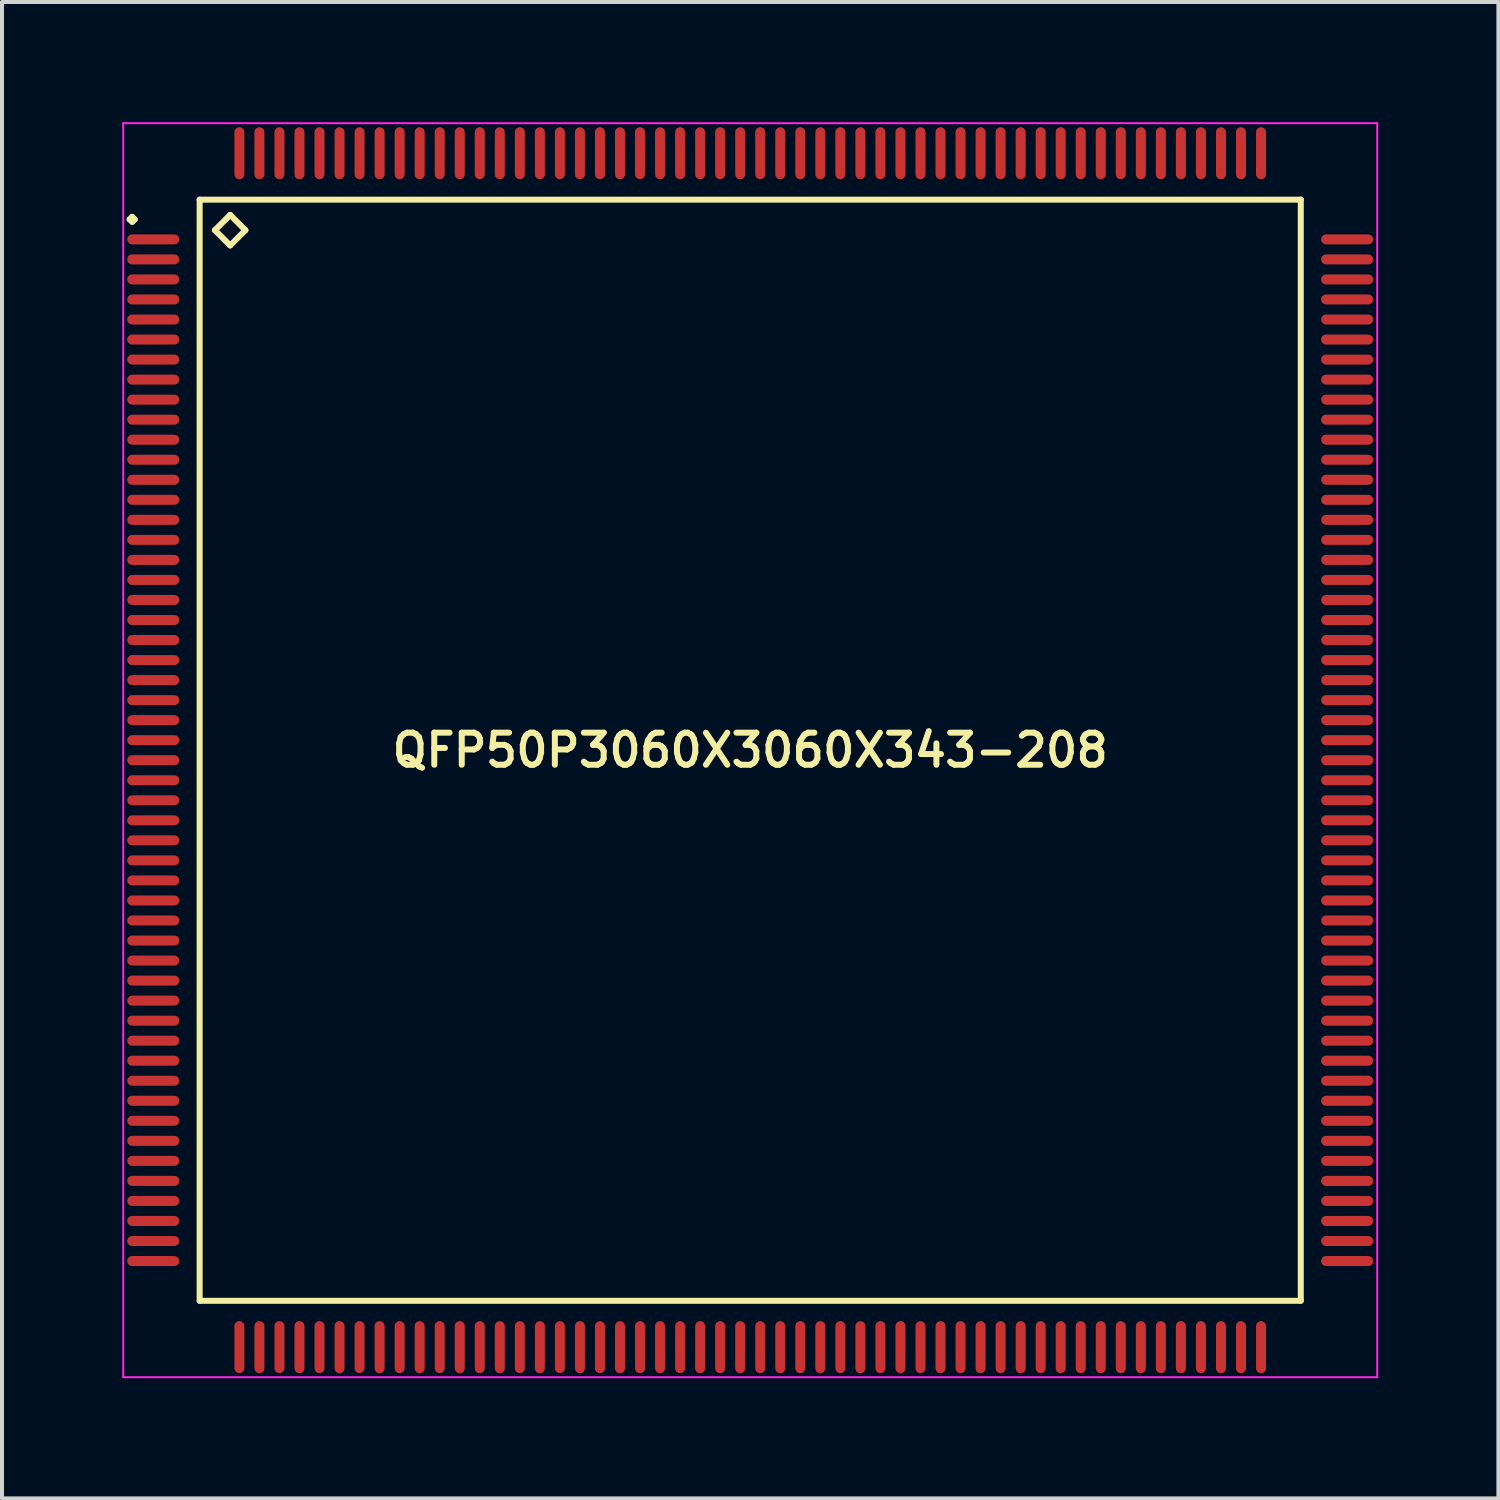
<source format=kicad_pcb>
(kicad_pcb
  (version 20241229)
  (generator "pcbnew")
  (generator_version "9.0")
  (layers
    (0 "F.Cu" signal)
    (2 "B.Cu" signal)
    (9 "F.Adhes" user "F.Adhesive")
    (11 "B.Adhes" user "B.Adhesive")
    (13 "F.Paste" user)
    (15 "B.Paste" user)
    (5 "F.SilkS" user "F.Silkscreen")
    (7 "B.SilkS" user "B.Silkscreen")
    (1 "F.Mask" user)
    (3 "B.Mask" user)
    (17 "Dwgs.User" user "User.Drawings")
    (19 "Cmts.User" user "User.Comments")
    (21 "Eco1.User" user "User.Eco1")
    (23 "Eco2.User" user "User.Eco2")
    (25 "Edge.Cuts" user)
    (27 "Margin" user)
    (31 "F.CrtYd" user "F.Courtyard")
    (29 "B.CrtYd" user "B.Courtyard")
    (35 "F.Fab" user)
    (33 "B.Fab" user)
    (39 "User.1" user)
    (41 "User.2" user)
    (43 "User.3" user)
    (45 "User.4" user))
  (footprint "QFP50P3060X3060X343-208"
    (layer "F.Cu")
    (at 15.675 15.675)
    (property "Reference" "QFP50P3060X3060X343-208" (at 0 0 0) (layer "F.SilkS") (effects (font (size 0.8 0.8) (thickness 0.15))))
    (attr smd)
    (fp_line (start -15.488 -13.25) (end -15.425 -13.312) (stroke (width 0.15) (type solid)) (layer "F.SilkS"))
    (fp_line (start -15.425 -13.312) (end -15.363 -13.25) (stroke (width 0.15) (type solid)) (layer "F.SilkS"))
    (fp_line (start -15.425 -13.188) (end -15.488 -13.25) (stroke (width 0.15) (type solid)) (layer "F.SilkS"))
    (fp_line (start -15.363 -13.25) (end -15.425 -13.188) (stroke (width 0.15) (type solid)) (layer "F.SilkS"))
    (fp_line (start -13.742 -13.742) (end -13.742 13.742) (stroke (width 0.15) (type solid)) (layer "F.SilkS"))
    (fp_line (start -13.742 13.742) (end 13.742 13.742) (stroke (width 0.15) (type solid)) (layer "F.SilkS"))
    (fp_line (start -13.361 -12.98) (end -12.98 -13.361) (stroke (width 0.15) (type solid)) (layer "F.SilkS"))
    (fp_line (start -12.98 -13.361) (end -12.599 -12.98) (stroke (width 0.15) (type solid)) (layer "F.SilkS"))
    (fp_line (start -12.98 -12.599) (end -13.361 -12.98) (stroke (width 0.15) (type solid)) (layer "F.SilkS"))
    (fp_line (start -12.599 -12.98) (end -12.98 -12.599) (stroke (width 0.15) (type solid)) (layer "F.SilkS"))
    (fp_line (start 13.742 -13.742) (end -13.742 -13.742) (stroke (width 0.15) (type solid)) (layer "F.SilkS"))
    (fp_line (start 13.742 13.742) (end 13.742 -13.742) (stroke (width 0.15) (type solid)) (layer "F.SilkS"))
    (fp_line (start -15.65 -15.65) (end 15.65 -15.65) (stroke (width 0.05) (type solid)) (layer "F.CrtYd"))
    (fp_line (start -15.65 15.65) (end -15.65 -15.65) (stroke (width 0.05) (type solid)) (layer "F.CrtYd"))
    (fp_line (start 15.65 -15.65) (end 15.65 15.65) (stroke (width 0.05) (type solid)) (layer "F.CrtYd"))
    (fp_line (start 15.65 15.65) (end -15.65 15.65) (stroke (width 0.05) (type solid)) (layer "F.CrtYd"))
    (pad "1" smd oval (at -14.9 -12.75) (size 1.3 0.25) (layers "F.Cu" "F.Mask" "F.Paste"))
    (pad "2" smd oval (at -14.9 -12.25) (size 1.3 0.25) (layers "F.Cu" "F.Mask" "F.Paste"))
    (pad "3" smd oval (at -14.9 -11.75) (size 1.3 0.25) (layers "F.Cu" "F.Mask" "F.Paste"))
    (pad "4" smd oval (at -14.9 -11.25) (size 1.3 0.25) (layers "F.Cu" "F.Mask" "F.Paste"))
    (pad "5" smd oval (at -14.9 -10.75) (size 1.3 0.25) (layers "F.Cu" "F.Mask" "F.Paste"))
    (pad "6" smd oval (at -14.9 -10.25) (size 1.3 0.25) (layers "F.Cu" "F.Mask" "F.Paste"))
    (pad "7" smd oval (at -14.9 -9.75) (size 1.3 0.25) (layers "F.Cu" "F.Mask" "F.Paste"))
    (pad "8" smd oval (at -14.9 -9.25) (size 1.3 0.25) (layers "F.Cu" "F.Mask" "F.Paste"))
    (pad "9" smd oval (at -14.9 -8.75) (size 1.3 0.25) (layers "F.Cu" "F.Mask" "F.Paste"))
    (pad "10" smd oval (at -14.9 -8.25) (size 1.3 0.25) (layers "F.Cu" "F.Mask" "F.Paste"))
    (pad "11" smd oval (at -14.9 -7.75) (size 1.3 0.25) (layers "F.Cu" "F.Mask" "F.Paste"))
    (pad "12" smd oval (at -14.9 -7.25) (size 1.3 0.25) (layers "F.Cu" "F.Mask" "F.Paste"))
    (pad "13" smd oval (at -14.9 -6.75) (size 1.3 0.25) (layers "F.Cu" "F.Mask" "F.Paste"))
    (pad "14" smd oval (at -14.9 -6.25) (size 1.3 0.25) (layers "F.Cu" "F.Mask" "F.Paste"))
    (pad "15" smd oval (at -14.9 -5.75) (size 1.3 0.25) (layers "F.Cu" "F.Mask" "F.Paste"))
    (pad "16" smd oval (at -14.9 -5.25) (size 1.3 0.25) (layers "F.Cu" "F.Mask" "F.Paste"))
    (pad "17" smd oval (at -14.9 -4.75) (size 1.3 0.25) (layers "F.Cu" "F.Mask" "F.Paste"))
    (pad "18" smd oval (at -14.9 -4.25) (size 1.3 0.25) (layers "F.Cu" "F.Mask" "F.Paste"))
    (pad "19" smd oval (at -14.9 -3.75) (size 1.3 0.25) (layers "F.Cu" "F.Mask" "F.Paste"))
    (pad "20" smd oval (at -14.9 -3.25) (size 1.3 0.25) (layers "F.Cu" "F.Mask" "F.Paste"))
    (pad "21" smd oval (at -14.9 -2.75) (size 1.3 0.25) (layers "F.Cu" "F.Mask" "F.Paste"))
    (pad "22" smd oval (at -14.9 -2.25) (size 1.3 0.25) (layers "F.Cu" "F.Mask" "F.Paste"))
    (pad "23" smd oval (at -14.9 -1.75) (size 1.3 0.25) (layers "F.Cu" "F.Mask" "F.Paste"))
    (pad "24" smd oval (at -14.9 -1.25) (size 1.3 0.25) (layers "F.Cu" "F.Mask" "F.Paste"))
    (pad "25" smd oval (at -14.9 -0.75) (size 1.3 0.25) (layers "F.Cu" "F.Mask" "F.Paste"))
    (pad "26" smd oval (at -14.9 -0.25) (size 1.3 0.25) (layers "F.Cu" "F.Mask" "F.Paste"))
    (pad "27" smd oval (at -14.9 0.25) (size 1.3 0.25) (layers "F.Cu" "F.Mask" "F.Paste"))
    (pad "28" smd oval (at -14.9 0.75) (size 1.3 0.25) (layers "F.Cu" "F.Mask" "F.Paste"))
    (pad "29" smd oval (at -14.9 1.25) (size 1.3 0.25) (layers "F.Cu" "F.Mask" "F.Paste"))
    (pad "30" smd oval (at -14.9 1.75) (size 1.3 0.25) (layers "F.Cu" "F.Mask" "F.Paste"))
    (pad "31" smd oval (at -14.9 2.25) (size 1.3 0.25) (layers "F.Cu" "F.Mask" "F.Paste"))
    (pad "32" smd oval (at -14.9 2.75) (size 1.3 0.25) (layers "F.Cu" "F.Mask" "F.Paste"))
    (pad "33" smd oval (at -14.9 3.25) (size 1.3 0.25) (layers "F.Cu" "F.Mask" "F.Paste"))
    (pad "34" smd oval (at -14.9 3.75) (size 1.3 0.25) (layers "F.Cu" "F.Mask" "F.Paste"))
    (pad "35" smd oval (at -14.9 4.25) (size 1.3 0.25) (layers "F.Cu" "F.Mask" "F.Paste"))
    (pad "36" smd oval (at -14.9 4.75) (size 1.3 0.25) (layers "F.Cu" "F.Mask" "F.Paste"))
    (pad "37" smd oval (at -14.9 5.25) (size 1.3 0.25) (layers "F.Cu" "F.Mask" "F.Paste"))
    (pad "38" smd oval (at -14.9 5.75) (size 1.3 0.25) (layers "F.Cu" "F.Mask" "F.Paste"))
    (pad "39" smd oval (at -14.9 6.25) (size 1.3 0.25) (layers "F.Cu" "F.Mask" "F.Paste"))
    (pad "40" smd oval (at -14.9 6.75) (size 1.3 0.25) (layers "F.Cu" "F.Mask" "F.Paste"))
    (pad "41" smd oval (at -14.9 7.25) (size 1.3 0.25) (layers "F.Cu" "F.Mask" "F.Paste"))
    (pad "42" smd oval (at -14.9 7.75) (size 1.3 0.25) (layers "F.Cu" "F.Mask" "F.Paste"))
    (pad "43" smd oval (at -14.9 8.25) (size 1.3 0.25) (layers "F.Cu" "F.Mask" "F.Paste"))
    (pad "44" smd oval (at -14.9 8.75) (size 1.3 0.25) (layers "F.Cu" "F.Mask" "F.Paste"))
    (pad "45" smd oval (at -14.9 9.25) (size 1.3 0.25) (layers "F.Cu" "F.Mask" "F.Paste"))
    (pad "46" smd oval (at -14.9 9.75) (size 1.3 0.25) (layers "F.Cu" "F.Mask" "F.Paste"))
    (pad "47" smd oval (at -14.9 10.25) (size 1.3 0.25) (layers "F.Cu" "F.Mask" "F.Paste"))
    (pad "48" smd oval (at -14.9 10.75) (size 1.3 0.25) (layers "F.Cu" "F.Mask" "F.Paste"))
    (pad "49" smd oval (at -14.9 11.25) (size 1.3 0.25) (layers "F.Cu" "F.Mask" "F.Paste"))
    (pad "50" smd oval (at -14.9 11.75) (size 1.3 0.25) (layers "F.Cu" "F.Mask" "F.Paste"))
    (pad "51" smd oval (at -14.9 12.25) (size 1.3 0.25) (layers "F.Cu" "F.Mask" "F.Paste"))
    (pad "52" smd oval (at -14.9 12.75) (size 1.3 0.25) (layers "F.Cu" "F.Mask" "F.Paste"))
    (pad "53" smd oval (at -12.75 14.9) (size 0.25 1.3) (layers "F.Cu" "F.Mask" "F.Paste"))
    (pad "54" smd oval (at -12.25 14.9) (size 0.25 1.3) (layers "F.Cu" "F.Mask" "F.Paste"))
    (pad "55" smd oval (at -11.75 14.9) (size 0.25 1.3) (layers "F.Cu" "F.Mask" "F.Paste"))
    (pad "56" smd oval (at -11.25 14.9) (size 0.25 1.3) (layers "F.Cu" "F.Mask" "F.Paste"))
    (pad "57" smd oval (at -10.75 14.9) (size 0.25 1.3) (layers "F.Cu" "F.Mask" "F.Paste"))
    (pad "58" smd oval (at -10.25 14.9) (size 0.25 1.3) (layers "F.Cu" "F.Mask" "F.Paste"))
    (pad "59" smd oval (at -9.75 14.9) (size 0.25 1.3) (layers "F.Cu" "F.Mask" "F.Paste"))
    (pad "60" smd oval (at -9.25 14.9) (size 0.25 1.3) (layers "F.Cu" "F.Mask" "F.Paste"))
    (pad "61" smd oval (at -8.75 14.9) (size 0.25 1.3) (layers "F.Cu" "F.Mask" "F.Paste"))
    (pad "62" smd oval (at -8.25 14.9) (size 0.25 1.3) (layers "F.Cu" "F.Mask" "F.Paste"))
    (pad "63" smd oval (at -7.75 14.9) (size 0.25 1.3) (layers "F.Cu" "F.Mask" "F.Paste"))
    (pad "64" smd oval (at -7.25 14.9) (size 0.25 1.3) (layers "F.Cu" "F.Mask" "F.Paste"))
    (pad "65" smd oval (at -6.75 14.9) (size 0.25 1.3) (layers "F.Cu" "F.Mask" "F.Paste"))
    (pad "66" smd oval (at -6.25 14.9) (size 0.25 1.3) (layers "F.Cu" "F.Mask" "F.Paste"))
    (pad "67" smd oval (at -5.75 14.9) (size 0.25 1.3) (layers "F.Cu" "F.Mask" "F.Paste"))
    (pad "68" smd oval (at -5.25 14.9) (size 0.25 1.3) (layers "F.Cu" "F.Mask" "F.Paste"))
    (pad "69" smd oval (at -4.75 14.9) (size 0.25 1.3) (layers "F.Cu" "F.Mask" "F.Paste"))
    (pad "70" smd oval (at -4.25 14.9) (size 0.25 1.3) (layers "F.Cu" "F.Mask" "F.Paste"))
    (pad "71" smd oval (at -3.75 14.9) (size 0.25 1.3) (layers "F.Cu" "F.Mask" "F.Paste"))
    (pad "72" smd oval (at -3.25 14.9) (size 0.25 1.3) (layers "F.Cu" "F.Mask" "F.Paste"))
    (pad "73" smd oval (at -2.75 14.9) (size 0.25 1.3) (layers "F.Cu" "F.Mask" "F.Paste"))
    (pad "74" smd oval (at -2.25 14.9) (size 0.25 1.3) (layers "F.Cu" "F.Mask" "F.Paste"))
    (pad "75" smd oval (at -1.75 14.9) (size 0.25 1.3) (layers "F.Cu" "F.Mask" "F.Paste"))
    (pad "76" smd oval (at -1.25 14.9) (size 0.25 1.3) (layers "F.Cu" "F.Mask" "F.Paste"))
    (pad "77" smd oval (at -0.75 14.9) (size 0.25 1.3) (layers "F.Cu" "F.Mask" "F.Paste"))
    (pad "78" smd oval (at -0.25 14.9) (size 0.25 1.3) (layers "F.Cu" "F.Mask" "F.Paste"))
    (pad "79" smd oval (at 0.25 14.9) (size 0.25 1.3) (layers "F.Cu" "F.Mask" "F.Paste"))
    (pad "80" smd oval (at 0.75 14.9) (size 0.25 1.3) (layers "F.Cu" "F.Mask" "F.Paste"))
    (pad "81" smd oval (at 1.25 14.9) (size 0.25 1.3) (layers "F.Cu" "F.Mask" "F.Paste"))
    (pad "82" smd oval (at 1.75 14.9) (size 0.25 1.3) (layers "F.Cu" "F.Mask" "F.Paste"))
    (pad "83" smd oval (at 2.25 14.9) (size 0.25 1.3) (layers "F.Cu" "F.Mask" "F.Paste"))
    (pad "84" smd oval (at 2.75 14.9) (size 0.25 1.3) (layers "F.Cu" "F.Mask" "F.Paste"))
    (pad "85" smd oval (at 3.25 14.9) (size 0.25 1.3) (layers "F.Cu" "F.Mask" "F.Paste"))
    (pad "86" smd oval (at 3.75 14.9) (size 0.25 1.3) (layers "F.Cu" "F.Mask" "F.Paste"))
    (pad "87" smd oval (at 4.25 14.9) (size 0.25 1.3) (layers "F.Cu" "F.Mask" "F.Paste"))
    (pad "88" smd oval (at 4.75 14.9) (size 0.25 1.3) (layers "F.Cu" "F.Mask" "F.Paste"))
    (pad "89" smd oval (at 5.25 14.9) (size 0.25 1.3) (layers "F.Cu" "F.Mask" "F.Paste"))
    (pad "90" smd oval (at 5.75 14.9) (size 0.25 1.3) (layers "F.Cu" "F.Mask" "F.Paste"))
    (pad "91" smd oval (at 6.25 14.9) (size 0.25 1.3) (layers "F.Cu" "F.Mask" "F.Paste"))
    (pad "92" smd oval (at 6.75 14.9) (size 0.25 1.3) (layers "F.Cu" "F.Mask" "F.Paste"))
    (pad "93" smd oval (at 7.25 14.9) (size 0.25 1.3) (layers "F.Cu" "F.Mask" "F.Paste"))
    (pad "94" smd oval (at 7.75 14.9) (size 0.25 1.3) (layers "F.Cu" "F.Mask" "F.Paste"))
    (pad "95" smd oval (at 8.25 14.9) (size 0.25 1.3) (layers "F.Cu" "F.Mask" "F.Paste"))
    (pad "96" smd oval (at 8.75 14.9) (size 0.25 1.3) (layers "F.Cu" "F.Mask" "F.Paste"))
    (pad "97" smd oval (at 9.25 14.9) (size 0.25 1.3) (layers "F.Cu" "F.Mask" "F.Paste"))
    (pad "98" smd oval (at 9.75 14.9) (size 0.25 1.3) (layers "F.Cu" "F.Mask" "F.Paste"))
    (pad "99" smd oval (at 10.25 14.9) (size 0.25 1.3) (layers "F.Cu" "F.Mask" "F.Paste"))
    (pad "100" smd oval (at 10.75 14.9) (size 0.25 1.3) (layers "F.Cu" "F.Mask" "F.Paste"))
    (pad "101" smd oval (at 11.25 14.9) (size 0.25 1.3) (layers "F.Cu" "F.Mask" "F.Paste"))
    (pad "102" smd oval (at 11.75 14.9) (size 0.25 1.3) (layers "F.Cu" "F.Mask" "F.Paste"))
    (pad "103" smd oval (at 12.25 14.9) (size 0.25 1.3) (layers "F.Cu" "F.Mask" "F.Paste"))
    (pad "104" smd oval (at 12.75 14.9) (size 0.25 1.3) (layers "F.Cu" "F.Mask" "F.Paste"))
    (pad "105" smd oval (at 14.9 12.75) (size 1.3 0.25) (layers "F.Cu" "F.Mask" "F.Paste"))
    (pad "106" smd oval (at 14.9 12.25) (size 1.3 0.25) (layers "F.Cu" "F.Mask" "F.Paste"))
    (pad "107" smd oval (at 14.9 11.75) (size 1.3 0.25) (layers "F.Cu" "F.Mask" "F.Paste"))
    (pad "108" smd oval (at 14.9 11.25) (size 1.3 0.25) (layers "F.Cu" "F.Mask" "F.Paste"))
    (pad "109" smd oval (at 14.9 10.75) (size 1.3 0.25) (layers "F.Cu" "F.Mask" "F.Paste"))
    (pad "110" smd oval (at 14.9 10.25) (size 1.3 0.25) (layers "F.Cu" "F.Mask" "F.Paste"))
    (pad "111" smd oval (at 14.9 9.75) (size 1.3 0.25) (layers "F.Cu" "F.Mask" "F.Paste"))
    (pad "112" smd oval (at 14.9 9.25) (size 1.3 0.25) (layers "F.Cu" "F.Mask" "F.Paste"))
    (pad "113" smd oval (at 14.9 8.75) (size 1.3 0.25) (layers "F.Cu" "F.Mask" "F.Paste"))
    (pad "114" smd oval (at 14.9 8.25) (size 1.3 0.25) (layers "F.Cu" "F.Mask" "F.Paste"))
    (pad "115" smd oval (at 14.9 7.75) (size 1.3 0.25) (layers "F.Cu" "F.Mask" "F.Paste"))
    (pad "116" smd oval (at 14.9 7.25) (size 1.3 0.25) (layers "F.Cu" "F.Mask" "F.Paste"))
    (pad "117" smd oval (at 14.9 6.75) (size 1.3 0.25) (layers "F.Cu" "F.Mask" "F.Paste"))
    (pad "118" smd oval (at 14.9 6.25) (size 1.3 0.25) (layers "F.Cu" "F.Mask" "F.Paste"))
    (pad "119" smd oval (at 14.9 5.75) (size 1.3 0.25) (layers "F.Cu" "F.Mask" "F.Paste"))
    (pad "120" smd oval (at 14.9 5.25) (size 1.3 0.25) (layers "F.Cu" "F.Mask" "F.Paste"))
    (pad "121" smd oval (at 14.9 4.75) (size 1.3 0.25) (layers "F.Cu" "F.Mask" "F.Paste"))
    (pad "122" smd oval (at 14.9 4.25) (size 1.3 0.25) (layers "F.Cu" "F.Mask" "F.Paste"))
    (pad "123" smd oval (at 14.9 3.75) (size 1.3 0.25) (layers "F.Cu" "F.Mask" "F.Paste"))
    (pad "124" smd oval (at 14.9 3.25) (size 1.3 0.25) (layers "F.Cu" "F.Mask" "F.Paste"))
    (pad "125" smd oval (at 14.9 2.75) (size 1.3 0.25) (layers "F.Cu" "F.Mask" "F.Paste"))
    (pad "126" smd oval (at 14.9 2.25) (size 1.3 0.25) (layers "F.Cu" "F.Mask" "F.Paste"))
    (pad "127" smd oval (at 14.9 1.75) (size 1.3 0.25) (layers "F.Cu" "F.Mask" "F.Paste"))
    (pad "128" smd oval (at 14.9 1.25) (size 1.3 0.25) (layers "F.Cu" "F.Mask" "F.Paste"))
    (pad "129" smd oval (at 14.9 0.75) (size 1.3 0.25) (layers "F.Cu" "F.Mask" "F.Paste"))
    (pad "130" smd oval (at 14.9 0.25) (size 1.3 0.25) (layers "F.Cu" "F.Mask" "F.Paste"))
    (pad "131" smd oval (at 14.9 -0.25) (size 1.3 0.25) (layers "F.Cu" "F.Mask" "F.Paste"))
    (pad "132" smd oval (at 14.9 -0.75) (size 1.3 0.25) (layers "F.Cu" "F.Mask" "F.Paste"))
    (pad "133" smd oval (at 14.9 -1.25) (size 1.3 0.25) (layers "F.Cu" "F.Mask" "F.Paste"))
    (pad "134" smd oval (at 14.9 -1.75) (size 1.3 0.25) (layers "F.Cu" "F.Mask" "F.Paste"))
    (pad "135" smd oval (at 14.9 -2.25) (size 1.3 0.25) (layers "F.Cu" "F.Mask" "F.Paste"))
    (pad "136" smd oval (at 14.9 -2.75) (size 1.3 0.25) (layers "F.Cu" "F.Mask" "F.Paste"))
    (pad "137" smd oval (at 14.9 -3.25) (size 1.3 0.25) (layers "F.Cu" "F.Mask" "F.Paste"))
    (pad "138" smd oval (at 14.9 -3.75) (size 1.3 0.25) (layers "F.Cu" "F.Mask" "F.Paste"))
    (pad "139" smd oval (at 14.9 -4.25) (size 1.3 0.25) (layers "F.Cu" "F.Mask" "F.Paste"))
    (pad "140" smd oval (at 14.9 -4.75) (size 1.3 0.25) (layers "F.Cu" "F.Mask" "F.Paste"))
    (pad "141" smd oval (at 14.9 -5.25) (size 1.3 0.25) (layers "F.Cu" "F.Mask" "F.Paste"))
    (pad "142" smd oval (at 14.9 -5.75) (size 1.3 0.25) (layers "F.Cu" "F.Mask" "F.Paste"))
    (pad "143" smd oval (at 14.9 -6.25) (size 1.3 0.25) (layers "F.Cu" "F.Mask" "F.Paste"))
    (pad "144" smd oval (at 14.9 -6.75) (size 1.3 0.25) (layers "F.Cu" "F.Mask" "F.Paste"))
    (pad "145" smd oval (at 14.9 -7.25) (size 1.3 0.25) (layers "F.Cu" "F.Mask" "F.Paste"))
    (pad "146" smd oval (at 14.9 -7.75) (size 1.3 0.25) (layers "F.Cu" "F.Mask" "F.Paste"))
    (pad "147" smd oval (at 14.9 -8.25) (size 1.3 0.25) (layers "F.Cu" "F.Mask" "F.Paste"))
    (pad "148" smd oval (at 14.9 -8.75) (size 1.3 0.25) (layers "F.Cu" "F.Mask" "F.Paste"))
    (pad "149" smd oval (at 14.9 -9.25) (size 1.3 0.25) (layers "F.Cu" "F.Mask" "F.Paste"))
    (pad "150" smd oval (at 14.9 -9.75) (size 1.3 0.25) (layers "F.Cu" "F.Mask" "F.Paste"))
    (pad "151" smd oval (at 14.9 -10.25) (size 1.3 0.25) (layers "F.Cu" "F.Mask" "F.Paste"))
    (pad "152" smd oval (at 14.9 -10.75) (size 1.3 0.25) (layers "F.Cu" "F.Mask" "F.Paste"))
    (pad "153" smd oval (at 14.9 -11.25) (size 1.3 0.25) (layers "F.Cu" "F.Mask" "F.Paste"))
    (pad "154" smd oval (at 14.9 -11.75) (size 1.3 0.25) (layers "F.Cu" "F.Mask" "F.Paste"))
    (pad "155" smd oval (at 14.9 -12.25) (size 1.3 0.25) (layers "F.Cu" "F.Mask" "F.Paste"))
    (pad "156" smd oval (at 14.9 -12.75) (size 1.3 0.25) (layers "F.Cu" "F.Mask" "F.Paste"))
    (pad "157" smd oval (at 12.75 -14.9) (size 0.25 1.3) (layers "F.Cu" "F.Mask" "F.Paste"))
    (pad "158" smd oval (at 12.25 -14.9) (size 0.25 1.3) (layers "F.Cu" "F.Mask" "F.Paste"))
    (pad "159" smd oval (at 11.75 -14.9) (size 0.25 1.3) (layers "F.Cu" "F.Mask" "F.Paste"))
    (pad "160" smd oval (at 11.25 -14.9) (size 0.25 1.3) (layers "F.Cu" "F.Mask" "F.Paste"))
    (pad "161" smd oval (at 10.75 -14.9) (size 0.25 1.3) (layers "F.Cu" "F.Mask" "F.Paste"))
    (pad "162" smd oval (at 10.25 -14.9) (size 0.25 1.3) (layers "F.Cu" "F.Mask" "F.Paste"))
    (pad "163" smd oval (at 9.75 -14.9) (size 0.25 1.3) (layers "F.Cu" "F.Mask" "F.Paste"))
    (pad "164" smd oval (at 9.25 -14.9) (size 0.25 1.3) (layers "F.Cu" "F.Mask" "F.Paste"))
    (pad "165" smd oval (at 8.75 -14.9) (size 0.25 1.3) (layers "F.Cu" "F.Mask" "F.Paste"))
    (pad "166" smd oval (at 8.25 -14.9) (size 0.25 1.3) (layers "F.Cu" "F.Mask" "F.Paste"))
    (pad "167" smd oval (at 7.75 -14.9) (size 0.25 1.3) (layers "F.Cu" "F.Mask" "F.Paste"))
    (pad "168" smd oval (at 7.25 -14.9) (size 0.25 1.3) (layers "F.Cu" "F.Mask" "F.Paste"))
    (pad "169" smd oval (at 6.75 -14.9) (size 0.25 1.3) (layers "F.Cu" "F.Mask" "F.Paste"))
    (pad "170" smd oval (at 6.25 -14.9) (size 0.25 1.3) (layers "F.Cu" "F.Mask" "F.Paste"))
    (pad "171" smd oval (at 5.75 -14.9) (size 0.25 1.3) (layers "F.Cu" "F.Mask" "F.Paste"))
    (pad "172" smd oval (at 5.25 -14.9) (size 0.25 1.3) (layers "F.Cu" "F.Mask" "F.Paste"))
    (pad "173" smd oval (at 4.75 -14.9) (size 0.25 1.3) (layers "F.Cu" "F.Mask" "F.Paste"))
    (pad "174" smd oval (at 4.25 -14.9) (size 0.25 1.3) (layers "F.Cu" "F.Mask" "F.Paste"))
    (pad "175" smd oval (at 3.75 -14.9) (size 0.25 1.3) (layers "F.Cu" "F.Mask" "F.Paste"))
    (pad "176" smd oval (at 3.25 -14.9) (size 0.25 1.3) (layers "F.Cu" "F.Mask" "F.Paste"))
    (pad "177" smd oval (at 2.75 -14.9) (size 0.25 1.3) (layers "F.Cu" "F.Mask" "F.Paste"))
    (pad "178" smd oval (at 2.25 -14.9) (size 0.25 1.3) (layers "F.Cu" "F.Mask" "F.Paste"))
    (pad "179" smd oval (at 1.75 -14.9) (size 0.25 1.3) (layers "F.Cu" "F.Mask" "F.Paste"))
    (pad "180" smd oval (at 1.25 -14.9) (size 0.25 1.3) (layers "F.Cu" "F.Mask" "F.Paste"))
    (pad "181" smd oval (at 0.75 -14.9) (size 0.25 1.3) (layers "F.Cu" "F.Mask" "F.Paste"))
    (pad "182" smd oval (at 0.25 -14.9) (size 0.25 1.3) (layers "F.Cu" "F.Mask" "F.Paste"))
    (pad "183" smd oval (at -0.25 -14.9) (size 0.25 1.3) (layers "F.Cu" "F.Mask" "F.Paste"))
    (pad "184" smd oval (at -0.75 -14.9) (size 0.25 1.3) (layers "F.Cu" "F.Mask" "F.Paste"))
    (pad "185" smd oval (at -1.25 -14.9) (size 0.25 1.3) (layers "F.Cu" "F.Mask" "F.Paste"))
    (pad "186" smd oval (at -1.75 -14.9) (size 0.25 1.3) (layers "F.Cu" "F.Mask" "F.Paste"))
    (pad "187" smd oval (at -2.25 -14.9) (size 0.25 1.3) (layers "F.Cu" "F.Mask" "F.Paste"))
    (pad "188" smd oval (at -2.75 -14.9) (size 0.25 1.3) (layers "F.Cu" "F.Mask" "F.Paste"))
    (pad "189" smd oval (at -3.25 -14.9) (size 0.25 1.3) (layers "F.Cu" "F.Mask" "F.Paste"))
    (pad "190" smd oval (at -3.75 -14.9) (size 0.25 1.3) (layers "F.Cu" "F.Mask" "F.Paste"))
    (pad "191" smd oval (at -4.25 -14.9) (size 0.25 1.3) (layers "F.Cu" "F.Mask" "F.Paste"))
    (pad "192" smd oval (at -4.75 -14.9) (size 0.25 1.3) (layers "F.Cu" "F.Mask" "F.Paste"))
    (pad "193" smd oval (at -5.25 -14.9) (size 0.25 1.3) (layers "F.Cu" "F.Mask" "F.Paste"))
    (pad "194" smd oval (at -5.75 -14.9) (size 0.25 1.3) (layers "F.Cu" "F.Mask" "F.Paste"))
    (pad "195" smd oval (at -6.25 -14.9) (size 0.25 1.3) (layers "F.Cu" "F.Mask" "F.Paste"))
    (pad "196" smd oval (at -6.75 -14.9) (size 0.25 1.3) (layers "F.Cu" "F.Mask" "F.Paste"))
    (pad "197" smd oval (at -7.25 -14.9) (size 0.25 1.3) (layers "F.Cu" "F.Mask" "F.Paste"))
    (pad "198" smd oval (at -7.75 -14.9) (size 0.25 1.3) (layers "F.Cu" "F.Mask" "F.Paste"))
    (pad "199" smd oval (at -8.25 -14.9) (size 0.25 1.3) (layers "F.Cu" "F.Mask" "F.Paste"))
    (pad "200" smd oval (at -8.75 -14.9) (size 0.25 1.3) (layers "F.Cu" "F.Mask" "F.Paste"))
    (pad "201" smd oval (at -9.25 -14.9) (size 0.25 1.3) (layers "F.Cu" "F.Mask" "F.Paste"))
    (pad "202" smd oval (at -9.75 -14.9) (size 0.25 1.3) (layers "F.Cu" "F.Mask" "F.Paste"))
    (pad "203" smd oval (at -10.25 -14.9) (size 0.25 1.3) (layers "F.Cu" "F.Mask" "F.Paste"))
    (pad "204" smd oval (at -10.75 -14.9) (size 0.25 1.3) (layers "F.Cu" "F.Mask" "F.Paste"))
    (pad "205" smd oval (at -11.25 -14.9) (size 0.25 1.3) (layers "F.Cu" "F.Mask" "F.Paste"))
    (pad "206" smd oval (at -11.75 -14.9) (size 0.25 1.3) (layers "F.Cu" "F.Mask" "F.Paste"))
    (pad "207" smd oval (at -12.25 -14.9) (size 0.25 1.3) (layers "F.Cu" "F.Mask" "F.Paste"))
    (pad "208" smd oval (at -12.75 -14.9) (size 0.25 1.3) (layers "F.Cu" "F.Mask" "F.Paste")))
  (gr_rect
    (start -3 -3)
    (end 34.35 34.35)
    (stroke (width 0.1) (type default))
    (fill no)
    (layer "Edge.Cuts")))
</source>
